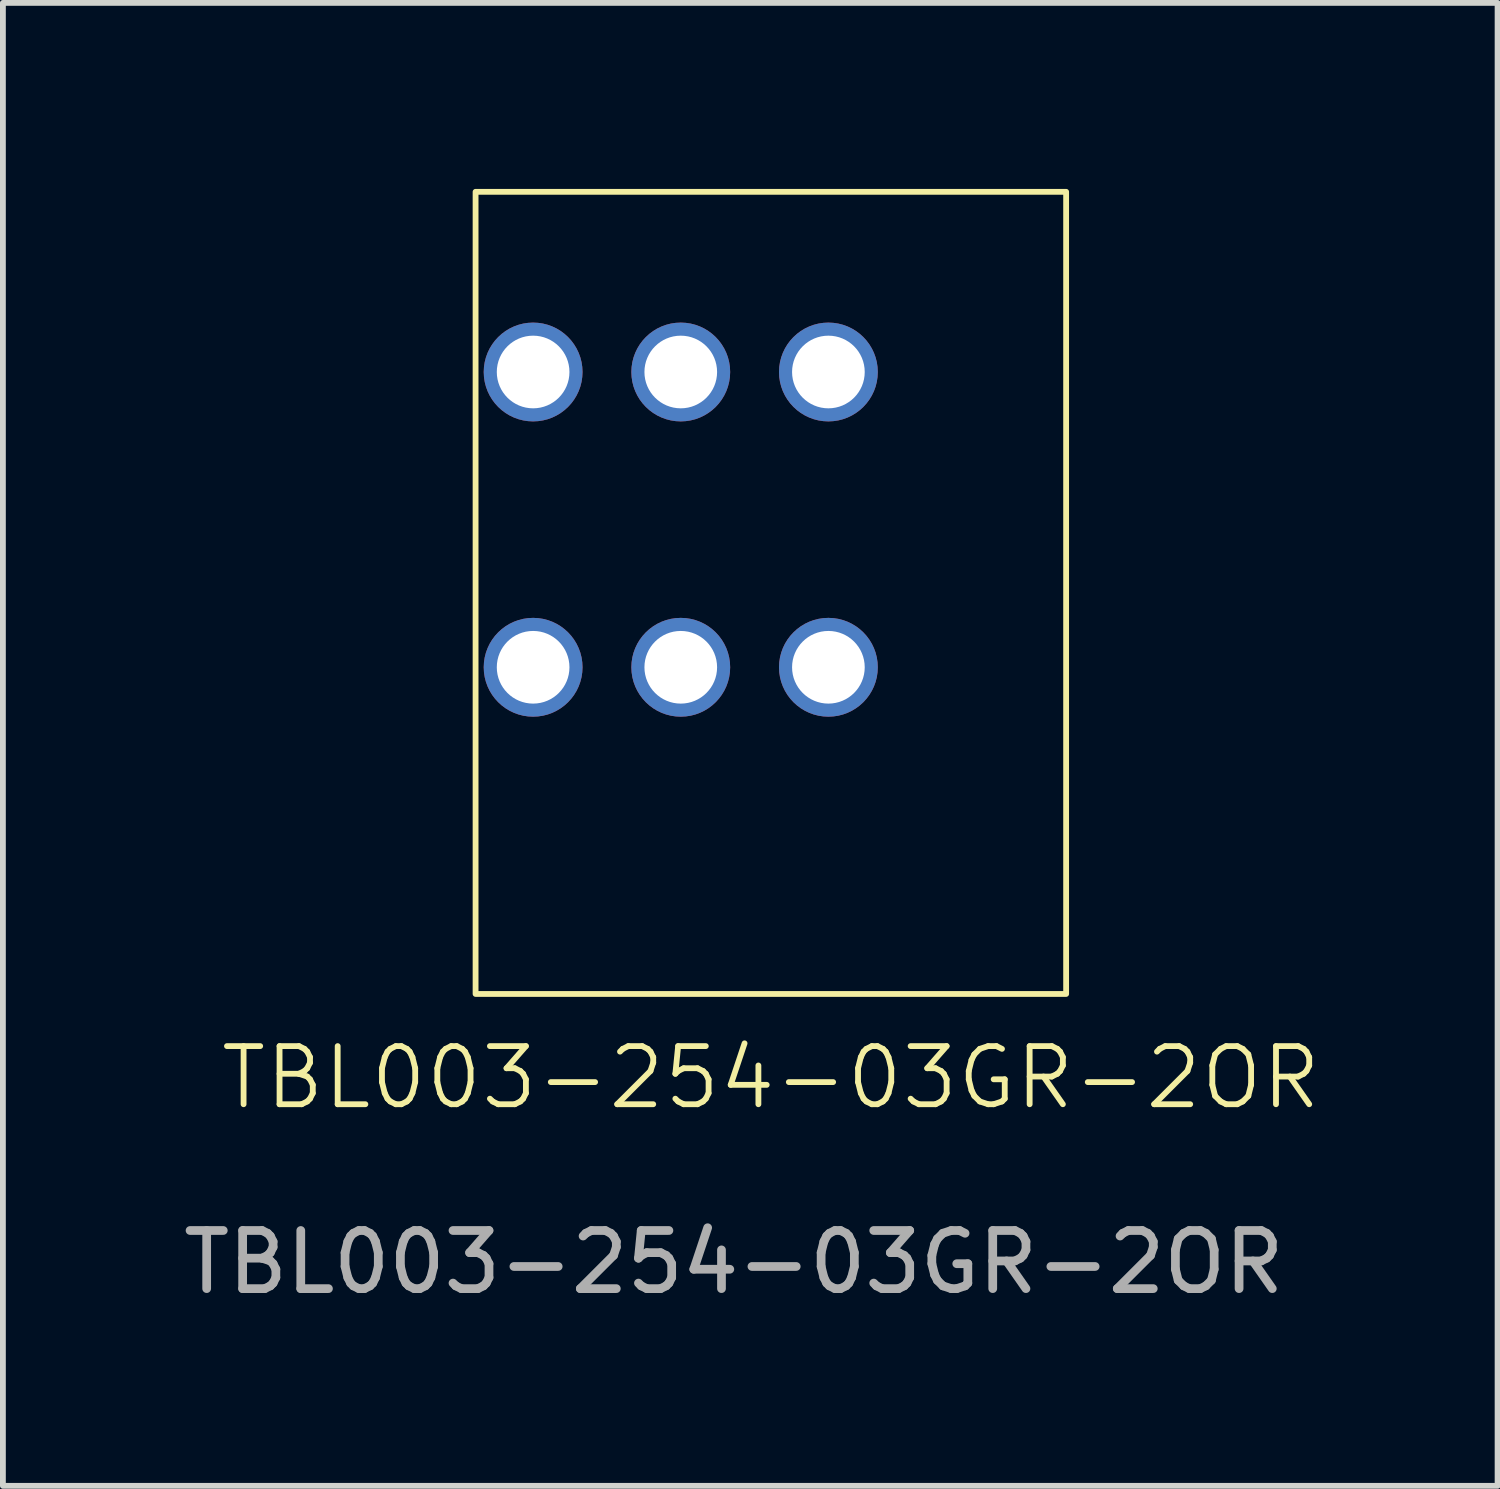
<source format=kicad_pcb>
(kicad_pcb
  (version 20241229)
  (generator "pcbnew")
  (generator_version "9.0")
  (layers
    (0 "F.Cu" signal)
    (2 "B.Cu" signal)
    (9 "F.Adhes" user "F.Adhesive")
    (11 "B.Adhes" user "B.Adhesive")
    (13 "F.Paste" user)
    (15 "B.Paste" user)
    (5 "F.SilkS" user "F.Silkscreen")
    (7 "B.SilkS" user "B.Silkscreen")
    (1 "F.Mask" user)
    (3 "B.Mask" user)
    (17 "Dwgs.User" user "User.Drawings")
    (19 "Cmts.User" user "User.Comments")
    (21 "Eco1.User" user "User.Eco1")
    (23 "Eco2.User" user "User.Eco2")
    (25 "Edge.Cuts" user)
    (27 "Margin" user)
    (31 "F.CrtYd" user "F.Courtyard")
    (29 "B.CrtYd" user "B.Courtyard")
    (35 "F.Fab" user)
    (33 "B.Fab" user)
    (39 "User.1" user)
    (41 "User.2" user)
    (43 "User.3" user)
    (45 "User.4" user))
  (footprint "TBL003-254-03GR-2OR"
    (layer "F.Cu")
    (at 5.132 0.25)
    (property "Reference" "TBL003-254-03GR-2OR" (at 5.08 15.24 0) (unlocked yes) (layer "F.SilkS") (effects (font (size 1 1) (thickness 0.1))))
    (attr through_hole)
    (fp_rect (start 0 0) (end 10.16 13.8) (stroke (width 0.1) (type default)) (fill no) (layer "F.SilkS"))
    (fp_text user "${REFERENCE}" (at 4.445 18.415 0) (unlocked yes) (layer "F.Fab") (effects (font (size 1 1) (thickness 0.15))))
    (pad "1" thru_hole circle (at 0.99 3.1) (size 1.7 1.7) (drill 1.25) (layers "*.Cu"))
    (pad "1" thru_hole circle (at 0.99 8.18) (size 1.7 1.7) (drill 1.25) (layers "*.Cu"))
    (pad "2" thru_hole circle (at 3.53 3.1) (size 1.7 1.7) (drill 1.25) (layers "*.Cu" "*.Mask"))
    (pad "2" thru_hole circle (at 3.53 8.18) (size 1.7 1.7) (drill 1.25) (layers "*.Cu" "*.Mask"))
    (pad "3" thru_hole circle (at 6.07 3.1) (size 1.7 1.7) (drill 1.25) (layers "*.Cu" "*.Mask"))
    (pad "3" thru_hole circle (at 6.07 8.18) (size 1.7 1.7) (drill 1.25) (layers "*.Cu" "*.Mask")))
  (gr_rect
    (start -3 -3)
    (end 22.715 22.513)
    (stroke (width 0.1) (type default))
    (fill no)
    (layer "Edge.Cuts")))
</source>
